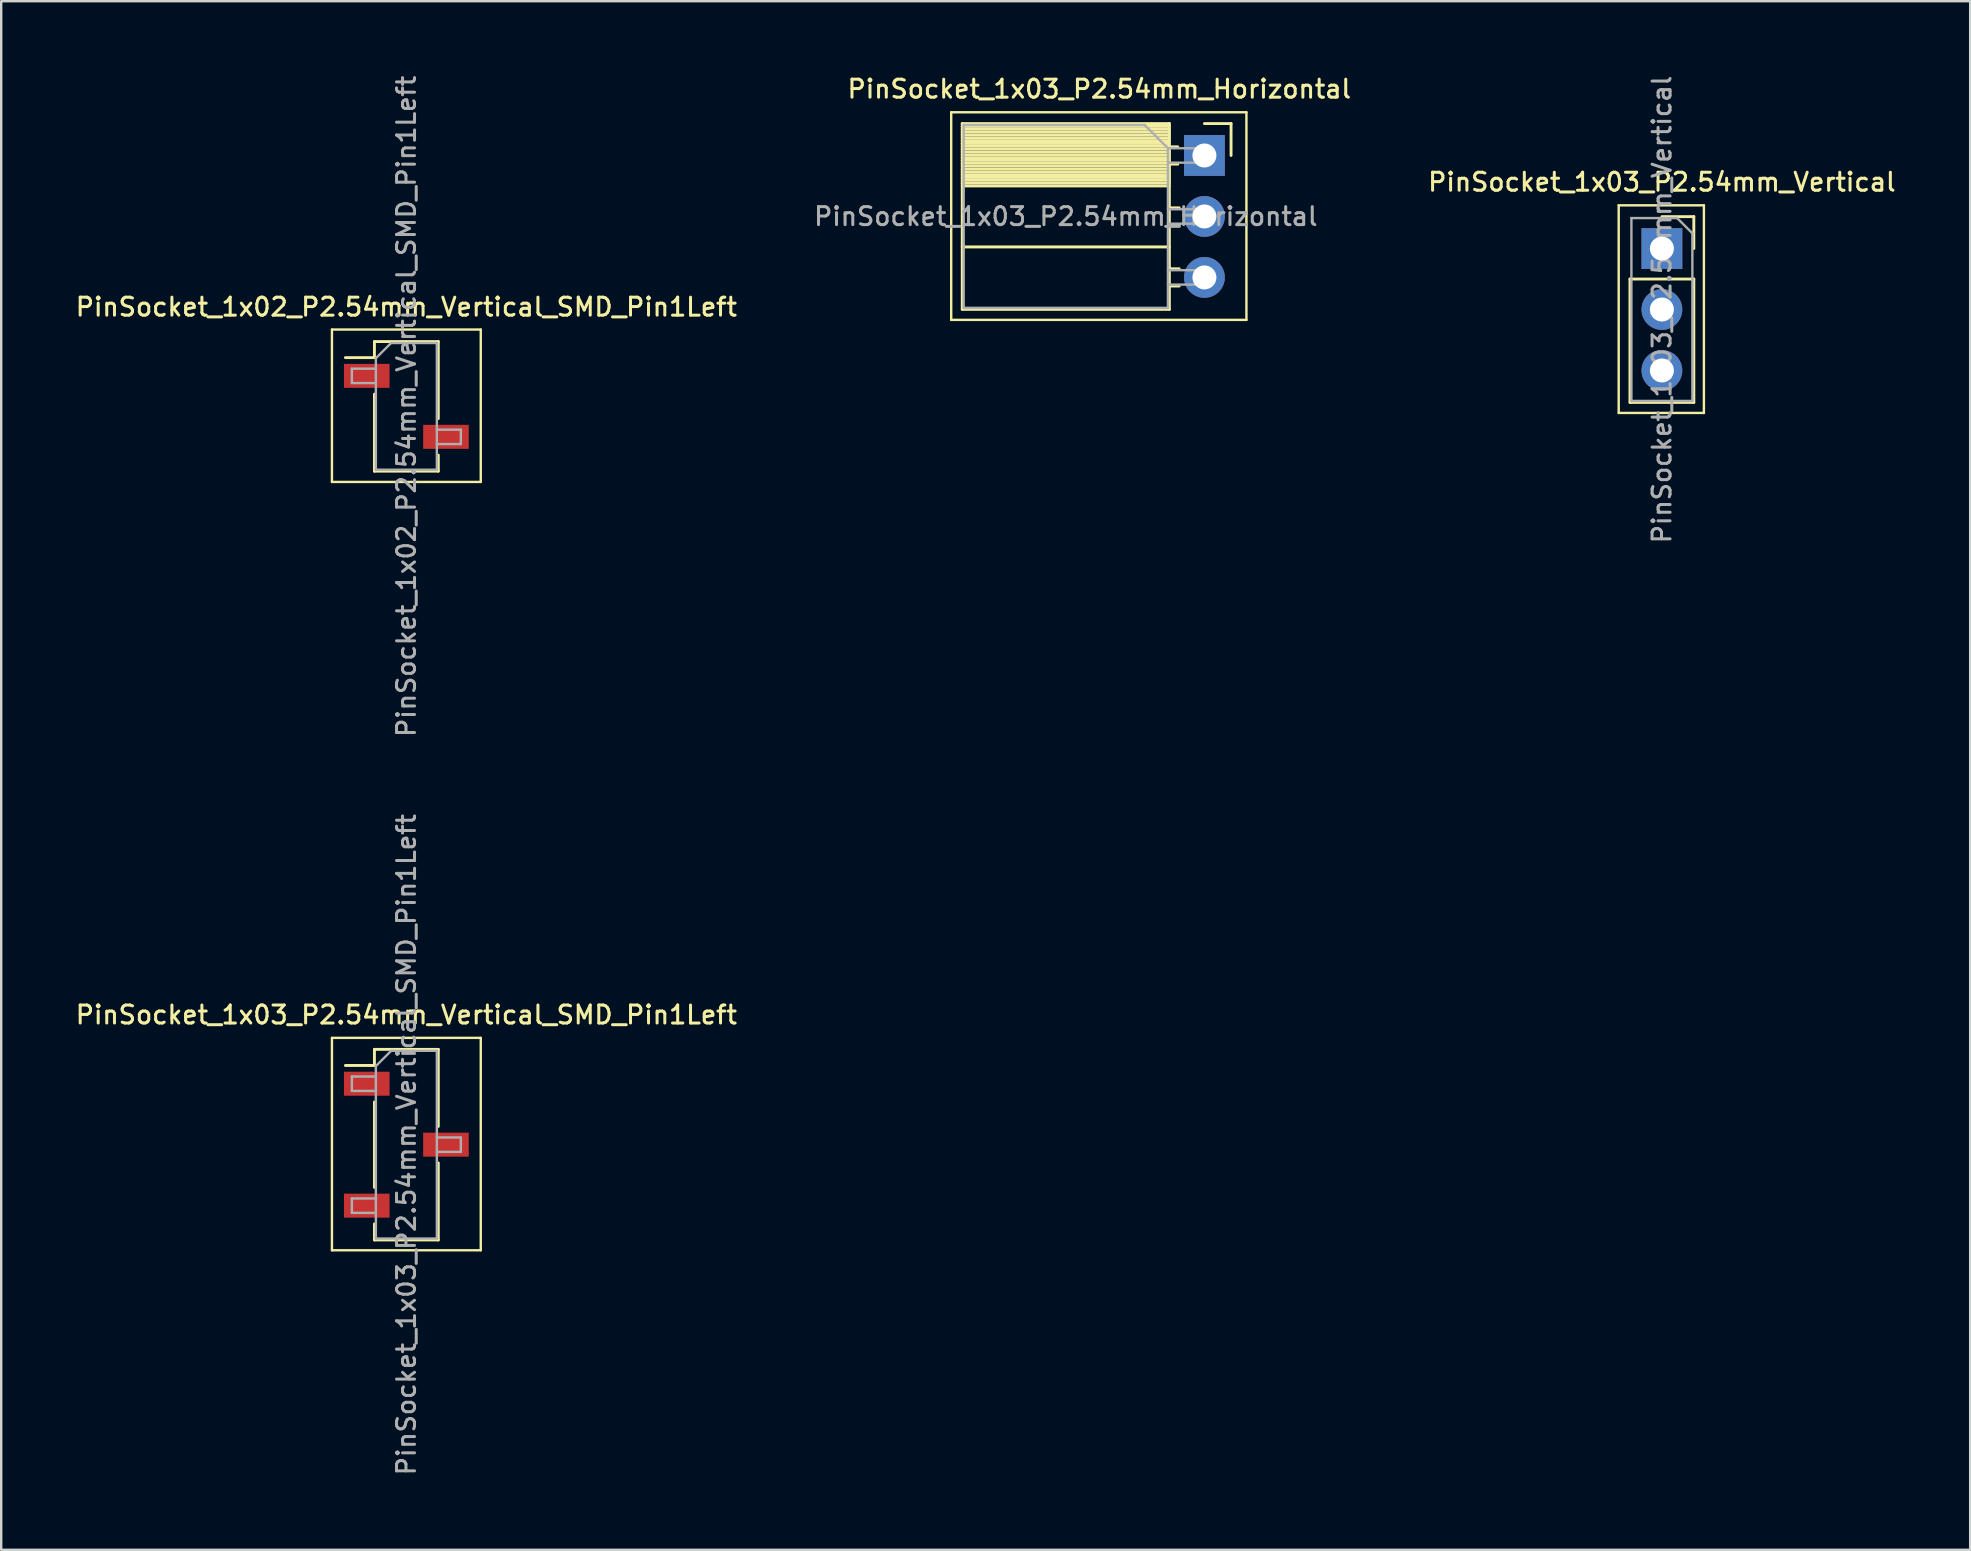
<source format=kicad_pcb>
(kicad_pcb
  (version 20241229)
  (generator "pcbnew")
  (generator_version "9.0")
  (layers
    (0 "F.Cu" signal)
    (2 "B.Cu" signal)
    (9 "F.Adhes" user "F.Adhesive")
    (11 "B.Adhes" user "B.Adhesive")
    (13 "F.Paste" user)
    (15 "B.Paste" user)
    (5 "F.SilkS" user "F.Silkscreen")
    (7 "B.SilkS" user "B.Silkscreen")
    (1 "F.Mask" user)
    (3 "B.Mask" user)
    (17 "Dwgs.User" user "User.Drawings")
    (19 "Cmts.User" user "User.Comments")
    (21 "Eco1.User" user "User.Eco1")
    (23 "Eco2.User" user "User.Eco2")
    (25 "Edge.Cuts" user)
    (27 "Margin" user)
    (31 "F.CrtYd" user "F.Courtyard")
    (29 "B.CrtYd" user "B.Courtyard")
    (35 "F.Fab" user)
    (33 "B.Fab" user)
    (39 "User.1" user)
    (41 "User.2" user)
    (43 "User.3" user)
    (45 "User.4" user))
  (footprint "PinSocket_1x03_P2.54mm_Vertical_SMD_Pin1Left"
    (layer "F.Cu")
    (at 13.88 44.641)
    (property "Reference" "PinSocket_1x03_P2.54mm_Vertical_SMD_Pin1Left" (at 0 -5.41 0) (layer "F.SilkS") (effects (font (size 0.75 0.75) (thickness 0.125))))
    (attr smd)
    (fp_line (start -3.1 -4.45) (end 3.1 -4.45) (stroke (width 0.1) (type solid)) (layer "F.SilkS"))
    (fp_line (start -3.1 4.4) (end -3.1 -4.45) (stroke (width 0.1) (type solid)) (layer "F.SilkS"))
    (fp_line (start -2.54 -3.3) (end -1.33 -3.3) (stroke (width 0.12) (type solid)) (layer "F.SilkS"))
    (fp_line (start -1.33 -3.97) (end -1.33 -3.3) (stroke (width 0.12) (type solid)) (layer "F.SilkS"))
    (fp_line (start -1.33 -3.97) (end 1.33 -3.97) (stroke (width 0.12) (type solid)) (layer "F.SilkS"))
    (fp_line (start -1.33 -1.78) (end -1.33 1.78) (stroke (width 0.12) (type solid)) (layer "F.SilkS"))
    (fp_line (start -1.33 3.3) (end -1.33 3.97) (stroke (width 0.12) (type solid)) (layer "F.SilkS"))
    (fp_line (start -1.33 3.97) (end 1.33 3.97) (stroke (width 0.12) (type solid)) (layer "F.SilkS"))
    (fp_line (start 1.33 -3.97) (end 1.33 -0.76) (stroke (width 0.12) (type solid)) (layer "F.SilkS"))
    (fp_line (start 1.33 0.76) (end 1.33 3.97) (stroke (width 0.12) (type solid)) (layer "F.SilkS"))
    (fp_line (start 3.1 -4.45) (end 3.1 4.4) (stroke (width 0.1) (type solid)) (layer "F.SilkS"))
    (fp_line (start 3.1 4.4) (end -3.1 4.4) (stroke (width 0.1) (type solid)) (layer "F.SilkS"))
    (fp_line (start -2.27 -2.84) (end -1.27 -2.84) (stroke (width 0.1) (type solid)) (layer "F.Fab"))
    (fp_line (start -2.27 -2.24) (end -2.27 -2.84) (stroke (width 0.1) (type solid)) (layer "F.Fab"))
    (fp_line (start -2.27 2.24) (end -1.27 2.24) (stroke (width 0.1) (type solid)) (layer "F.Fab"))
    (fp_line (start -2.27 2.84) (end -2.27 2.24) (stroke (width 0.1) (type solid)) (layer "F.Fab"))
    (fp_line (start -1.27 -3.275) (end -0.635 -3.91) (stroke (width 0.1) (type solid)) (layer "F.Fab"))
    (fp_line (start -1.27 -2.24) (end -2.27 -2.24) (stroke (width 0.1) (type solid)) (layer "F.Fab"))
    (fp_line (start -1.27 2.84) (end -2.27 2.84) (stroke (width 0.1) (type solid)) (layer "F.Fab"))
    (fp_line (start -1.27 3.91) (end -1.27 -3.275) (stroke (width 0.1) (type solid)) (layer "F.Fab"))
    (fp_line (start -0.635 -3.91) (end 1.27 -3.91) (stroke (width 0.1) (type solid)) (layer "F.Fab"))
    (fp_line (start 1.27 -3.91) (end 1.27 3.91) (stroke (width 0.1) (type solid)) (layer "F.Fab"))
    (fp_line (start 1.27 -0.3) (end 2.27 -0.3) (stroke (width 0.1) (type solid)) (layer "F.Fab"))
    (fp_line (start 1.27 3.91) (end -1.27 3.91) (stroke (width 0.1) (type solid)) (layer "F.Fab"))
    (fp_line (start 2.27 -0.3) (end 2.27 0.3) (stroke (width 0.1) (type solid)) (layer "F.Fab"))
    (fp_line (start 2.27 0.3) (end 1.27 0.3) (stroke (width 0.1) (type solid)) (layer "F.Fab"))
    (fp_text user "${REFERENCE}" (at 0 0 90) (layer "F.Fab") (effects (font (size 0.75 0.75) (thickness 0.125))))
    (pad "1" smd rect (at -1.65 -2.54) (size 1.9 1) (layers "F.Cu" "F.Mask" "F.Paste"))
    (pad "2" smd rect (at 1.65 0) (size 1.9 1) (layers "F.Cu" "F.Mask" "F.Paste"))
    (pad "3" smd rect (at -1.65 2.54) (size 1.9 1) (layers "F.Cu" "F.Mask" "F.Paste")))
  (footprint "PinSocket_1x02_P2.54mm_Vertical_SMD_Pin1Left"
    (layer "F.Cu")
    (at 13.88 13.88)
    (property "Reference" "PinSocket_1x02_P2.54mm_Vertical_SMD_Pin1Left" (at 0 -4.14 0) (layer "F.SilkS") (effects (font (size 0.75 0.75) (thickness 0.125))))
    (attr smd)
    (fp_line (start -3.1 -3.2) (end 3.1 -3.2) (stroke (width 0.1) (type solid)) (layer "F.SilkS"))
    (fp_line (start -3.1 3.15) (end -3.1 -3.2) (stroke (width 0.1) (type solid)) (layer "F.SilkS"))
    (fp_line (start -2.54 -2.03) (end -1.33 -2.03) (stroke (width 0.12) (type solid)) (layer "F.SilkS"))
    (fp_line (start -1.33 -2.7) (end -1.33 -2.03) (stroke (width 0.12) (type solid)) (layer "F.SilkS"))
    (fp_line (start -1.33 -2.7) (end 1.33 -2.7) (stroke (width 0.12) (type solid)) (layer "F.SilkS"))
    (fp_line (start -1.33 -0.51) (end -1.33 2.7) (stroke (width 0.12) (type solid)) (layer "F.SilkS"))
    (fp_line (start -1.33 2.7) (end 1.33 2.7) (stroke (width 0.12) (type solid)) (layer "F.SilkS"))
    (fp_line (start 1.33 -2.7) (end 1.33 0.51) (stroke (width 0.12) (type solid)) (layer "F.SilkS"))
    (fp_line (start 1.33 2.03) (end 1.33 2.7) (stroke (width 0.12) (type solid)) (layer "F.SilkS"))
    (fp_line (start 3.1 -3.2) (end 3.1 3.15) (stroke (width 0.1) (type solid)) (layer "F.SilkS"))
    (fp_line (start 3.1 3.15) (end -3.1 3.15) (stroke (width 0.1) (type solid)) (layer "F.SilkS"))
    (fp_line (start -2.27 -1.57) (end -1.27 -1.57) (stroke (width 0.1) (type solid)) (layer "F.Fab"))
    (fp_line (start -2.27 -0.97) (end -2.27 -1.57) (stroke (width 0.1) (type solid)) (layer "F.Fab"))
    (fp_line (start -1.27 -2.005) (end -0.635 -2.64) (stroke (width 0.1) (type solid)) (layer "F.Fab"))
    (fp_line (start -1.27 -0.97) (end -2.27 -0.97) (stroke (width 0.1) (type solid)) (layer "F.Fab"))
    (fp_line (start -1.27 2.64) (end -1.27 -2.005) (stroke (width 0.1) (type solid)) (layer "F.Fab"))
    (fp_line (start -0.635 -2.64) (end 1.27 -2.64) (stroke (width 0.1) (type solid)) (layer "F.Fab"))
    (fp_line (start 1.27 -2.64) (end 1.27 2.64) (stroke (width 0.1) (type solid)) (layer "F.Fab"))
    (fp_line (start 1.27 0.97) (end 2.27 0.97) (stroke (width 0.1) (type solid)) (layer "F.Fab"))
    (fp_line (start 1.27 2.64) (end -1.27 2.64) (stroke (width 0.1) (type solid)) (layer "F.Fab"))
    (fp_line (start 2.27 0.97) (end 2.27 1.57) (stroke (width 0.1) (type solid)) (layer "F.Fab"))
    (fp_line (start 2.27 1.57) (end 1.27 1.57) (stroke (width 0.1) (type solid)) (layer "F.Fab"))
    (fp_text user "${REFERENCE}" (at 0 0 90) (layer "F.Fab") (effects (font (size 0.75 0.75) (thickness 0.125))))
    (pad "1" smd rect (at -1.65 -1.27) (size 1.9 1) (layers "F.Cu" "F.Mask" "F.Paste"))
    (pad "2" smd rect (at 1.65 1.27) (size 1.9 1) (layers "F.Cu" "F.Mask" "F.Paste")))
  (footprint "PinSocket_1x03_P2.54mm_Horizontal"
    (layer "F.Cu")
    (at 47.13 3.428)
    (property "Reference" "PinSocket_1x03_P2.54mm_Horizontal" (at -4.38 -2.77 0) (layer "F.SilkS") (effects (font (size 0.75 0.75) (thickness 0.125))))
    (attr through_hole)
    (fp_line (start -10.55 -1.8) (end -10.55 6.85) (stroke (width 0.1) (type solid)) (layer "F.SilkS"))
    (fp_line (start -10.55 6.85) (end 1.75 6.85) (stroke (width 0.1) (type solid)) (layer "F.SilkS"))
    (fp_line (start -10.09 -1.33) (end -10.09 6.41) (stroke (width 0.12) (type solid)) (layer "F.SilkS"))
    (fp_line (start -10.09 -1.33) (end -1.46 -1.33) (stroke (width 0.12) (type solid)) (layer "F.SilkS"))
    (fp_line (start -10.09 -1.21) (end -1.46 -1.21) (stroke (width 0.12) (type solid)) (layer "F.SilkS"))
    (fp_line (start -10.09 -1.092) (end -1.46 -1.092) (stroke (width 0.12) (type solid)) (layer "F.SilkS"))
    (fp_line (start -10.09 -0.974) (end -1.46 -0.974) (stroke (width 0.12) (type solid)) (layer "F.SilkS"))
    (fp_line (start -10.09 -0.856) (end -1.46 -0.856) (stroke (width 0.12) (type solid)) (layer "F.SilkS"))
    (fp_line (start -10.09 -0.738) (end -1.46 -0.738) (stroke (width 0.12) (type solid)) (layer "F.SilkS"))
    (fp_line (start -10.09 -0.62) (end -1.46 -0.62) (stroke (width 0.12) (type solid)) (layer "F.SilkS"))
    (fp_line (start -10.09 -0.501) (end -1.46 -0.501) (stroke (width 0.12) (type solid)) (layer "F.SilkS"))
    (fp_line (start -10.09 -0.383) (end -1.46 -0.383) (stroke (width 0.12) (type solid)) (layer "F.SilkS"))
    (fp_line (start -10.09 -0.265) (end -1.46 -0.265) (stroke (width 0.12) (type solid)) (layer "F.SilkS"))
    (fp_line (start -10.09 -0.147) (end -1.46 -0.147) (stroke (width 0.12) (type solid)) (layer "F.SilkS"))
    (fp_line (start -10.09 -0.029) (end -1.46 -0.029) (stroke (width 0.12) (type solid)) (layer "F.SilkS"))
    (fp_line (start -10.09 0.089) (end -1.46 0.089) (stroke (width 0.12) (type solid)) (layer "F.SilkS"))
    (fp_line (start -10.09 0.207) (end -1.46 0.207) (stroke (width 0.12) (type solid)) (layer "F.SilkS"))
    (fp_line (start -10.09 0.325) (end -1.46 0.325) (stroke (width 0.12) (type solid)) (layer "F.SilkS"))
    (fp_line (start -10.09 0.443) (end -1.46 0.443) (stroke (width 0.12) (type solid)) (layer "F.SilkS"))
    (fp_line (start -10.09 0.561) (end -1.46 0.561) (stroke (width 0.12) (type solid)) (layer "F.SilkS"))
    (fp_line (start -10.09 0.68) (end -1.46 0.68) (stroke (width 0.12) (type solid)) (layer "F.SilkS"))
    (fp_line (start -10.09 0.798) (end -1.46 0.798) (stroke (width 0.12) (type solid)) (layer "F.SilkS"))
    (fp_line (start -10.09 0.916) (end -1.46 0.916) (stroke (width 0.12) (type solid)) (layer "F.SilkS"))
    (fp_line (start -10.09 1.034) (end -1.46 1.034) (stroke (width 0.12) (type solid)) (layer "F.SilkS"))
    (fp_line (start -10.09 1.152) (end -1.46 1.152) (stroke (width 0.12) (type solid)) (layer "F.SilkS"))
    (fp_line (start -10.09 1.27) (end -1.46 1.27) (stroke (width 0.12) (type solid)) (layer "F.SilkS"))
    (fp_line (start -10.09 3.81) (end -1.46 3.81) (stroke (width 0.12) (type solid)) (layer "F.SilkS"))
    (fp_line (start -10.09 6.41) (end -1.46 6.41) (stroke (width 0.12) (type solid)) (layer "F.SilkS"))
    (fp_line (start -1.46 -1.33) (end -1.46 6.41) (stroke (width 0.12) (type solid)) (layer "F.SilkS"))
    (fp_line (start -1.46 -0.36) (end -1.11 -0.36) (stroke (width 0.12) (type solid)) (layer "F.SilkS"))
    (fp_line (start -1.46 0.36) (end -1.11 0.36) (stroke (width 0.12) (type solid)) (layer "F.SilkS"))
    (fp_line (start -1.46 2.18) (end -1.05 2.18) (stroke (width 0.12) (type solid)) (layer "F.SilkS"))
    (fp_line (start -1.46 2.9) (end -1.05 2.9) (stroke (width 0.12) (type solid)) (layer "F.SilkS"))
    (fp_line (start -1.46 4.72) (end -1.05 4.72) (stroke (width 0.12) (type solid)) (layer "F.SilkS"))
    (fp_line (start -1.46 5.44) (end -1.05 5.44) (stroke (width 0.12) (type solid)) (layer "F.SilkS"))
    (fp_line (start 0 -1.33) (end 1.11 -1.33) (stroke (width 0.12) (type solid)) (layer "F.SilkS"))
    (fp_line (start 1.11 -1.33) (end 1.11 0) (stroke (width 0.12) (type solid)) (layer "F.SilkS"))
    (fp_line (start 1.75 -1.8) (end -10.55 -1.8) (stroke (width 0.1) (type solid)) (layer "F.SilkS"))
    (fp_line (start 1.75 6.85) (end 1.75 -1.8) (stroke (width 0.1) (type solid)) (layer "F.SilkS"))
    (fp_line (start -10.03 -1.27) (end -2.49 -1.27) (stroke (width 0.1) (type solid)) (layer "F.Fab"))
    (fp_line (start -10.03 6.35) (end -10.03 -1.27) (stroke (width 0.1) (type solid)) (layer "F.Fab"))
    (fp_line (start -2.49 -1.27) (end -1.52 -0.3) (stroke (width 0.1) (type solid)) (layer "F.Fab"))
    (fp_line (start -1.52 -0.3) (end -1.52 6.35) (stroke (width 0.1) (type solid)) (layer "F.Fab"))
    (fp_line (start -1.52 0.3) (end 0 0.3) (stroke (width 0.1) (type solid)) (layer "F.Fab"))
    (fp_line (start -1.52 2.84) (end 0 2.84) (stroke (width 0.1) (type solid)) (layer "F.Fab"))
    (fp_line (start -1.52 5.38) (end 0 5.38) (stroke (width 0.1) (type solid)) (layer "F.Fab"))
    (fp_line (start -1.52 6.35) (end -10.03 6.35) (stroke (width 0.1) (type solid)) (layer "F.Fab"))
    (fp_line (start 0 -0.3) (end -1.52 -0.3) (stroke (width 0.1) (type solid)) (layer "F.Fab"))
    (fp_line (start 0 0.3) (end 0 -0.3) (stroke (width 0.1) (type solid)) (layer "F.Fab"))
    (fp_line (start 0 2.24) (end -1.52 2.24) (stroke (width 0.1) (type solid)) (layer "F.Fab"))
    (fp_line (start 0 2.84) (end 0 2.24) (stroke (width 0.1) (type solid)) (layer "F.Fab"))
    (fp_line (start 0 4.78) (end -1.52 4.78) (stroke (width 0.1) (type solid)) (layer "F.Fab"))
    (fp_line (start 0 5.38) (end 0 4.78) (stroke (width 0.1) (type solid)) (layer "F.Fab"))
    (fp_text user "${REFERENCE}" (at -5.775 2.54 0) (layer "F.Fab") (effects (font (size 0.75 0.75) (thickness 0.125))))
    (pad "1" thru_hole rect (at 0 0) (size 1.7 1.7) (drill 1) (layers "*.Cu" "*.Mask"))
    (pad "2" thru_hole oval (at 0 2.54) (size 1.7 1.7) (drill 1) (layers "*.Cu" "*.Mask"))
    (pad "3" thru_hole oval (at 0 5.08) (size 1.7 1.7) (drill 1) (layers "*.Cu" "*.Mask")))
  (footprint "PinSocket_1x03_P2.54mm_Vertical"
    (layer "F.Cu")
    (at 66.19 7.305)
    (property "Reference" "PinSocket_1x03_P2.54mm_Vertical" (at 0 -2.77 0) (layer "F.SilkS") (effects (font (size 0.75 0.75) (thickness 0.125))))
    (attr through_hole)
    (fp_line (start -1.8 -1.8) (end 1.75 -1.8) (stroke (width 0.1) (type solid)) (layer "F.SilkS"))
    (fp_line (start -1.8 6.85) (end -1.8 -1.8) (stroke (width 0.1) (type solid)) (layer "F.SilkS"))
    (fp_line (start -1.33 1.27) (end -1.33 6.41) (stroke (width 0.12) (type solid)) (layer "F.SilkS"))
    (fp_line (start -1.33 1.27) (end 1.33 1.27) (stroke (width 0.12) (type solid)) (layer "F.SilkS"))
    (fp_line (start -1.33 6.41) (end 1.33 6.41) (stroke (width 0.12) (type solid)) (layer "F.SilkS"))
    (fp_line (start 0 -1.33) (end 1.33 -1.33) (stroke (width 0.12) (type solid)) (layer "F.SilkS"))
    (fp_line (start 1.33 -1.33) (end 1.33 0) (stroke (width 0.12) (type solid)) (layer "F.SilkS"))
    (fp_line (start 1.33 1.27) (end 1.33 6.41) (stroke (width 0.12) (type solid)) (layer "F.SilkS"))
    (fp_line (start 1.75 -1.8) (end 1.75 6.85) (stroke (width 0.1) (type solid)) (layer "F.SilkS"))
    (fp_line (start 1.75 6.85) (end -1.8 6.85) (stroke (width 0.1) (type solid)) (layer "F.SilkS"))
    (fp_line (start -1.27 -1.27) (end 0.635 -1.27) (stroke (width 0.1) (type solid)) (layer "F.Fab"))
    (fp_line (start -1.27 6.35) (end -1.27 -1.27) (stroke (width 0.1) (type solid)) (layer "F.Fab"))
    (fp_line (start 0.635 -1.27) (end 1.27 -0.635) (stroke (width 0.1) (type solid)) (layer "F.Fab"))
    (fp_line (start 1.27 -0.635) (end 1.27 6.35) (stroke (width 0.1) (type solid)) (layer "F.Fab"))
    (fp_line (start 1.27 6.35) (end -1.27 6.35) (stroke (width 0.1) (type solid)) (layer "F.Fab"))
    (fp_text user "${REFERENCE}" (at 0 2.54 90) (layer "F.Fab") (effects (font (size 0.75 0.75) (thickness 0.125))))
    (pad "1" thru_hole rect (at 0 0) (size 1.7 1.7) (drill 1) (layers "*.Cu" "*.Mask"))
    (pad "2" thru_hole oval (at 0 2.54) (size 1.7 1.7) (drill 1) (layers "*.Cu" "*.Mask"))
    (pad "3" thru_hole oval (at 0 5.08) (size 1.7 1.7) (drill 1) (layers "*.Cu" "*.Mask")))
  (gr_rect
    (start -3 -3)
    (end 79.034 61.521)
    (stroke (width 0.1) (type default))
    (fill no)
    (layer "Edge.Cuts")))
</source>
